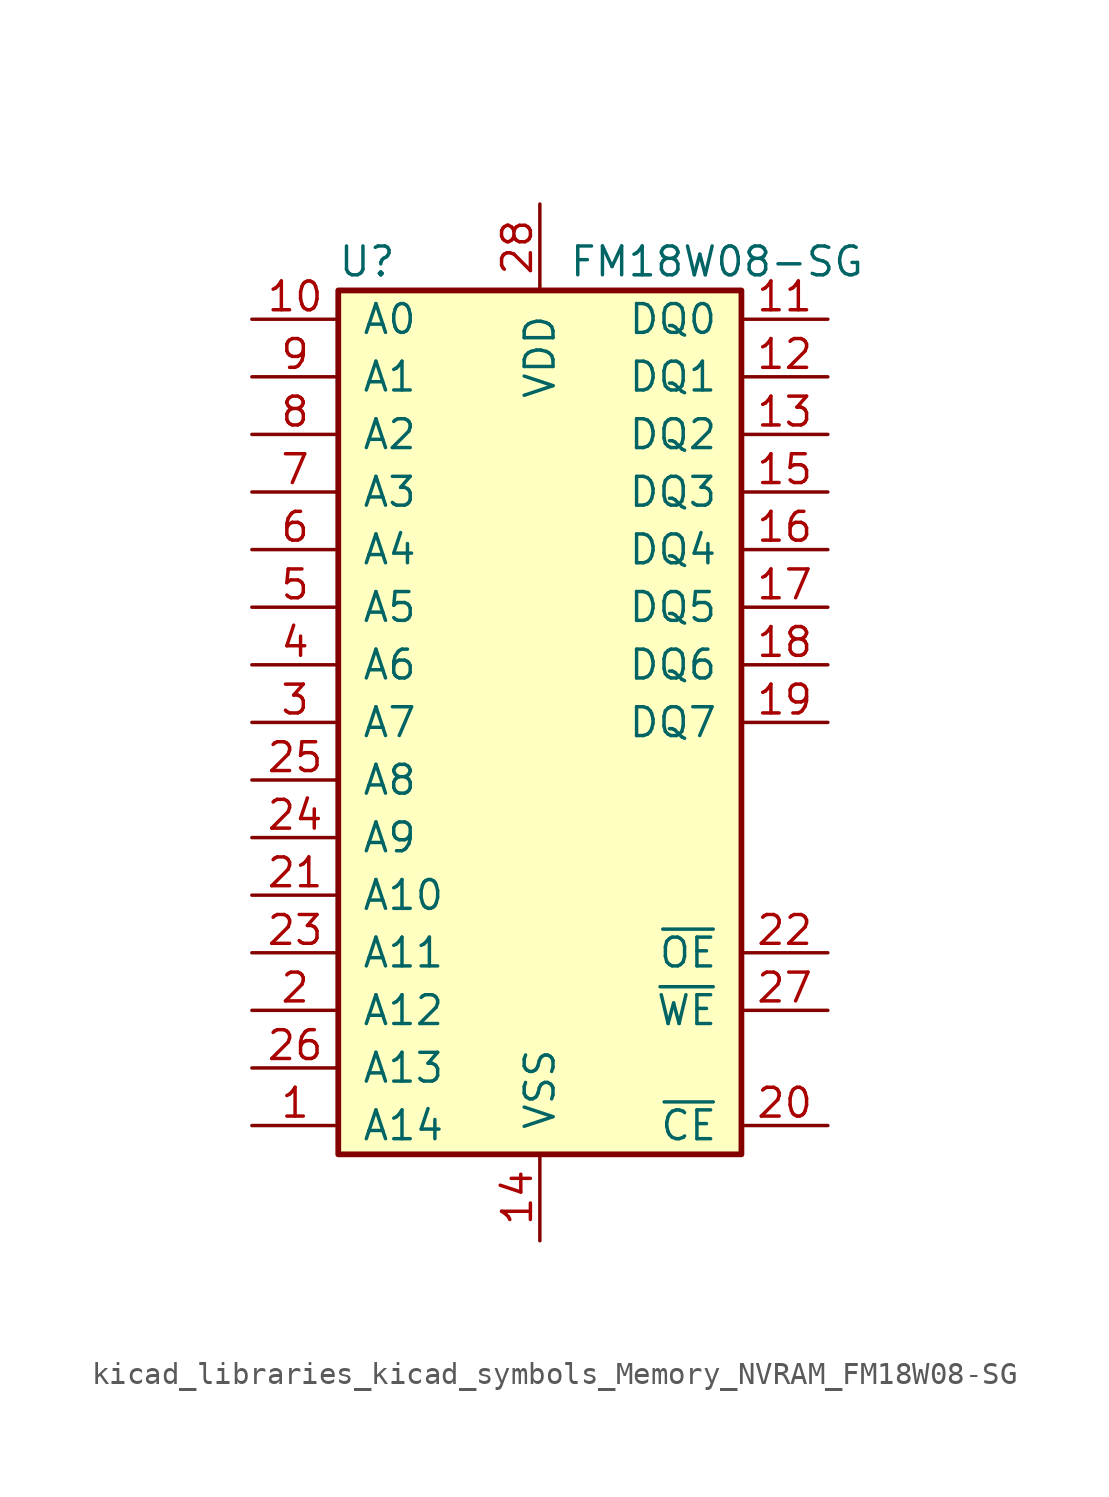
<source format=kicad_sym>
(kicad_symbol_lib
  (version 20220914)
  (generator kicad_symbol_editor)
  (symbol "kicad_libraries_kicad_symbols_Memory_NVRAM_FM18W08-SG"
    (pin_names
      (offset 1.016))
    (property "Reference" "U"
      (at -7.62 20.32 0)
      (effects (font (size 1.27 1.27))))
    (property "Value" "FM18W08-SG"
      (at 1.27 20.32 0)
      (effects (font (size 1.27 1.27)) (justify left)))
    (symbol "kicad_libraries_kicad_symbols_Memory_NVRAM_FM18W08-SG_0_1"
      (rectangle (start -8.89 19.05) (end 8.89 -19.05) (stroke (width 0.254) (type default)) (fill (type background))))
    (symbol "kicad_libraries_kicad_symbols_Memory_NVRAM_FM18W08-SG_1_1"
      (pin input line (at -12.7 -17.78 0) (length 3.81) (name "A14" (effects (font (size 1.27 1.27)))) (number "1" (effects (font (size 1.27 1.27)))))
      (pin input line (at -12.7 17.78 0) (length 3.81) (name "A0" (effects (font (size 1.27 1.27)))) (number "10" (effects (font (size 1.27 1.27)))))
      (pin bidirectional line (at 12.7 17.78 180) (length 3.81) (name "DQ0" (effects (font (size 1.27 1.27)))) (number "11" (effects (font (size 1.27 1.27)))))
      (pin bidirectional line (at 12.7 15.24 180) (length 3.81) (name "DQ1" (effects (font (size 1.27 1.27)))) (number "12" (effects (font (size 1.27 1.27)))))
      (pin bidirectional line (at 12.7 12.7 180) (length 3.81) (name "DQ2" (effects (font (size 1.27 1.27)))) (number "13" (effects (font (size 1.27 1.27)))))
      (pin power_in line (at 0 -22.86 90) (length 3.81) (name "VSS" (effects (font (size 1.27 1.27)))) (number "14" (effects (font (size 1.27 1.27)))))
      (pin bidirectional line (at 12.7 10.16 180) (length 3.81) (name "DQ3" (effects (font (size 1.27 1.27)))) (number "15" (effects (font (size 1.27 1.27)))))
      (pin bidirectional line (at 12.7 7.62 180) (length 3.81) (name "DQ4" (effects (font (size 1.27 1.27)))) (number "16" (effects (font (size 1.27 1.27)))))
      (pin bidirectional line (at 12.7 5.08 180) (length 3.81) (name "DQ5" (effects (font (size 1.27 1.27)))) (number "17" (effects (font (size 1.27 1.27)))))
      (pin bidirectional line (at 12.7 2.54 180) (length 3.81) (name "DQ6" (effects (font (size 1.27 1.27)))) (number "18" (effects (font (size 1.27 1.27)))))
      (pin bidirectional line (at 12.7 0 180) (length 3.81) (name "DQ7" (effects (font (size 1.27 1.27)))) (number "19" (effects (font (size 1.27 1.27)))))
      (pin input line (at -12.7 -12.7 0) (length 3.81) (name "A12" (effects (font (size 1.27 1.27)))) (number "2" (effects (font (size 1.27 1.27)))))
      (pin input line (at 12.7 -17.78 180) (length 3.81) (name "~{CE}" (effects (font (size 1.27 1.27)))) (number "20" (effects (font (size 1.27 1.27)))))
      (pin input line (at -12.7 -7.62 0) (length 3.81) (name "A10" (effects (font (size 1.27 1.27)))) (number "21" (effects (font (size 1.27 1.27)))))
      (pin input line (at 12.7 -10.16 180) (length 3.81) (name "~{OE}" (effects (font (size 1.27 1.27)))) (number "22" (effects (font (size 1.27 1.27)))))
      (pin input line (at -12.7 -10.16 0) (length 3.81) (name "A11" (effects (font (size 1.27 1.27)))) (number "23" (effects (font (size 1.27 1.27)))))
      (pin input line (at -12.7 -5.08 0) (length 3.81) (name "A9" (effects (font (size 1.27 1.27)))) (number "24" (effects (font (size 1.27 1.27)))))
      (pin input line (at -12.7 -2.54 0) (length 3.81) (name "A8" (effects (font (size 1.27 1.27)))) (number "25" (effects (font (size 1.27 1.27)))))
      (pin input line (at -12.7 -15.24 0) (length 3.81) (name "A13" (effects (font (size 1.27 1.27)))) (number "26" (effects (font (size 1.27 1.27)))))
      (pin input line (at 12.7 -12.7 180) (length 3.81) (name "~{WE}" (effects (font (size 1.27 1.27)))) (number "27" (effects (font (size 1.27 1.27)))))
      (pin power_in line (at 0 22.86 270) (length 3.81) (name "VDD" (effects (font (size 1.27 1.27)))) (number "28" (effects (font (size 1.27 1.27)))))
      (pin input line (at -12.7 0 0) (length 3.81) (name "A7" (effects (font (size 1.27 1.27)))) (number "3" (effects (font (size 1.27 1.27)))))
      (pin input line (at -12.7 2.54 0) (length 3.81) (name "A6" (effects (font (size 1.27 1.27)))) (number "4" (effects (font (size 1.27 1.27)))))
      (pin input line (at -12.7 5.08 0) (length 3.81) (name "A5" (effects (font (size 1.27 1.27)))) (number "5" (effects (font (size 1.27 1.27)))))
      (pin input line (at -12.7 7.62 0) (length 3.81) (name "A4" (effects (font (size 1.27 1.27)))) (number "6" (effects (font (size 1.27 1.27)))))
      (pin input line (at -12.7 10.16 0) (length 3.81) (name "A3" (effects (font (size 1.27 1.27)))) (number "7" (effects (font (size 1.27 1.27)))))
      (pin input line (at -12.7 12.7 0) (length 3.81) (name "A2" (effects (font (size 1.27 1.27)))) (number "8" (effects (font (size 1.27 1.27)))))
      (pin input line (at -12.7 15.24 0) (length 3.81) (name "A1" (effects (font (size 1.27 1.27)))) (number "9" (effects (font (size 1.27 1.27))))))))
</source>
